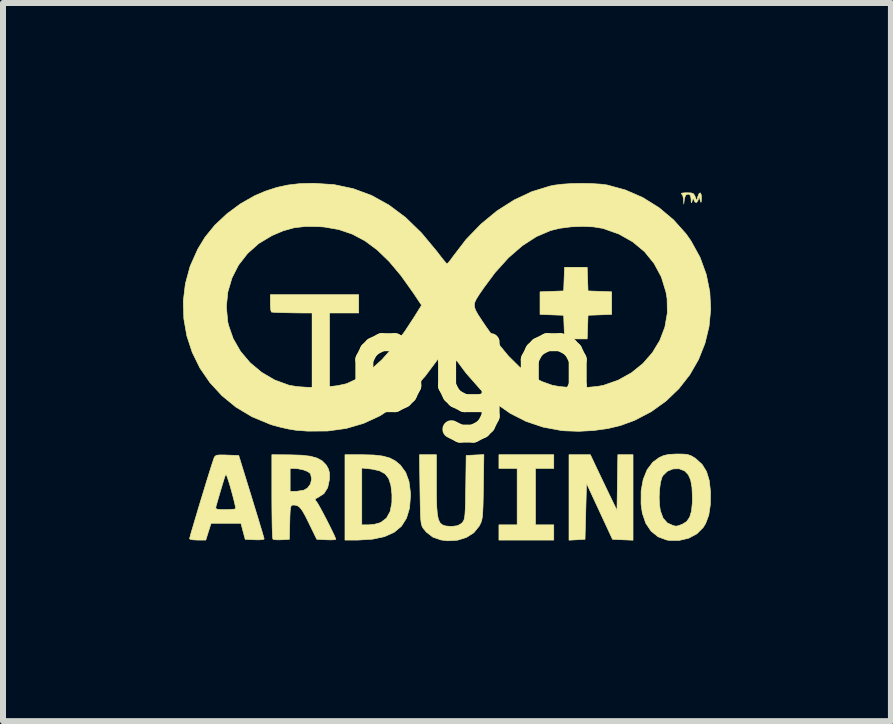
<source format=kicad_pcb>
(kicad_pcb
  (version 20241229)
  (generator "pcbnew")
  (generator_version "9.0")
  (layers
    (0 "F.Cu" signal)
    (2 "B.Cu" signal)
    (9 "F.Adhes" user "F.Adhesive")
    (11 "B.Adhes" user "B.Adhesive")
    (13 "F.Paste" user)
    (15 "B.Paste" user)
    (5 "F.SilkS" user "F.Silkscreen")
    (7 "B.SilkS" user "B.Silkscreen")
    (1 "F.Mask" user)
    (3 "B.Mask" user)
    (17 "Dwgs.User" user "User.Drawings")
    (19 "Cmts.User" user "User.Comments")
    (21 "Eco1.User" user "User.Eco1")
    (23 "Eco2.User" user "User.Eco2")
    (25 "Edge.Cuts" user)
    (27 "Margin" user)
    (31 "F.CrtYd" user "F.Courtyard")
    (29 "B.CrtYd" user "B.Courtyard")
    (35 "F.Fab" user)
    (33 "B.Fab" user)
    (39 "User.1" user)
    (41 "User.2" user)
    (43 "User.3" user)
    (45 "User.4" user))
  (footprint "logo"
    (layer "F.Cu")
    (at 4.402 2.98)
    (property "Reference" "logo" (at 0 0 0) (layer "F.SilkS") (effects (font (size 1.524 1.524) (thickness 0.3))))
    (attr through_hole)
    (fp_poly (pts (xy 1.778 1.778) (xy 1.473 1.778) (xy 1.473 2.718) (xy 1.778 2.718) (xy 1.778 2.972) (xy 0.864 2.972) (xy 0.864 2.718) (xy 1.168 2.718) (xy 1.168 1.778) (xy 0.864 1.778) (xy 0.864 1.549) (xy 1.778 1.549) (xy 1.778 1.778)) (stroke (width 0.01) (type solid)) (fill yes) (layer "F.SilkS"))
    (fp_poly (pts (xy -1.473 -0.813) (xy -2.193 -0.813) (xy -2.379 -0.813) (xy -2.549 -0.815) (xy -2.695 -0.818) (xy -2.811 -0.821) (xy -2.891 -0.825) (xy -2.928 -0.829) (xy -2.929 -0.83) (xy -2.939 -0.863) (xy -2.945 -0.929) (xy -2.946 -0.982) (xy -2.946 -1.118) (xy -1.473 -1.118) (xy -1.473 -0.813)) (stroke (width 0.01) (type solid)) (fill yes) (layer "F.SilkS"))
    (fp_poly (pts (xy 2.342 -1.378) (xy 2.349 -1.181) (xy 2.743 -1.166) (xy 2.743 -0.79) (xy 2.546 -0.782) (xy 2.349 -0.775) (xy 2.342 -0.578) (xy 2.335 -0.381) (xy 1.958 -0.381) (xy 1.943 -0.775) (xy 1.746 -0.782) (xy 1.549 -0.79) (xy 1.549 -1.166) (xy 1.943 -1.181) (xy 1.958 -1.575) (xy 2.335 -1.575) (xy 2.342 -1.378)) (stroke (width 0.01) (type solid)) (fill yes) (layer "F.SilkS"))
    (fp_poly (pts (xy 2.505 1.797) (xy 2.569 1.931) (xy 2.639 2.077) (xy 2.704 2.213) (xy 2.727 2.261) (xy 2.832 2.477) (xy 2.839 2.013) (xy 2.846 1.549) (xy 3.099 1.549) (xy 3.099 2.974) (xy 2.928 2.967) (xy 2.757 2.959) (xy 2.54 2.492) (xy 2.324 2.026) (xy 2.299 2.959) (xy 2.032 2.974) (xy 2.032 1.549) (xy 2.388 1.549) (xy 2.505 1.797)) (stroke (width 0.01) (type solid)) (fill yes) (layer "F.SilkS"))
    (fp_poly (pts (xy -1.225 1.554) (xy -1.077 1.571) (xy -0.96 1.602) (xy -0.866 1.65) (xy -0.785 1.717) (xy -0.779 1.722) (xy -0.69 1.844) (xy -0.635 1.995) (xy -0.611 2.179) (xy -0.61 2.238) (xy -0.626 2.439) (xy -0.676 2.606) (xy -0.76 2.74) (xy -0.882 2.842) (xy -1.042 2.914) (xy -1.243 2.957) (xy -1.485 2.972) (xy -1.503 2.972) (xy -1.702 2.972) (xy -1.702 2.718) (xy -1.422 2.718) (xy -1.306 2.718) (xy -1.212 2.709) (xy -1.123 2.685) (xy -1.104 2.677) (xy -1.01 2.606) (xy -0.949 2.495) (xy -0.92 2.346) (xy -0.919 2.213) (xy -0.937 2.057) (xy -0.974 1.944) (xy -1.036 1.866) (xy -1.129 1.816) (xy -1.259 1.788) (xy -1.289 1.785) (xy -1.422 1.771) (xy -1.422 2.718) (xy -1.702 2.718) (xy -1.702 1.549) (xy -1.414 1.549) (xy -1.225 1.554)) (stroke (width 0.01) (type solid)) (fill yes) (layer "F.SilkS"))
    (fp_poly (pts (xy 4.066 -2.815) (xy 4.106 -2.801) (xy 4.129 -2.767) (xy 4.135 -2.75) (xy 4.159 -2.68) (xy 4.178 -2.75) (xy 4.201 -2.806) (xy 4.223 -2.815) (xy 4.237 -2.778) (xy 4.239 -2.724) (xy 4.236 -2.668) (xy 4.231 -2.658) (xy 4.219 -2.691) (xy 4.219 -2.692) (xy 4.201 -2.756) (xy 4.185 -2.696) (xy 4.161 -2.657) (xy 4.132 -2.661) (xy 4.113 -2.703) (xy 4.112 -2.713) (xy 4.105 -2.728) (xy 4.09 -2.695) (xy 4.089 -2.692) (xy 4.076 -2.653) (xy 4.069 -2.658) (xy 4.067 -2.71) (xy 4.067 -2.711) (xy 4.057 -2.771) (xy 4.03 -2.793) (xy 4.015 -2.794) (xy 3.977 -2.779) (xy 3.958 -2.726) (xy 3.955 -2.711) (xy 3.945 -2.629) (xy 3.941 -2.709) (xy 3.929 -2.769) (xy 3.906 -2.802) (xy 3.905 -2.803) (xy 3.909 -2.81) (xy 3.952 -2.816) (xy 3.992 -2.817) (xy 4.066 -2.815)) (stroke (width 0.01) (type solid)) (fill yes) (layer "F.SilkS"))
    (fp_poly (pts (xy 0.605 2.088) (xy 0.602 2.268) (xy 0.599 2.404) (xy 0.594 2.506) (xy 0.588 2.58) (xy 0.579 2.634) (xy 0.566 2.676) (xy 0.548 2.714) (xy 0.533 2.742) (xy 0.445 2.85) (xy 0.322 2.928) (xy 0.174 2.974) (xy 0.01 2.984) (xy -0.102 2.97) (xy -0.237 2.923) (xy -0.346 2.839) (xy -0.392 2.784) (xy -0.409 2.759) (xy -0.422 2.728) (xy -0.432 2.686) (xy -0.439 2.625) (xy -0.444 2.538) (xy -0.447 2.419) (xy -0.45 2.261) (xy -0.452 2.132) (xy -0.46 1.549) (xy -0.178 1.549) (xy -0.178 2.059) (xy -0.177 2.263) (xy -0.172 2.422) (xy -0.162 2.542) (xy -0.145 2.627) (xy -0.117 2.685) (xy -0.077 2.719) (xy -0.023 2.737) (xy 0.047 2.743) (xy 0.087 2.743) (xy 0.176 2.732) (xy 0.239 2.695) (xy 0.249 2.685) (xy 0.267 2.663) (xy 0.281 2.637) (xy 0.291 2.598) (xy 0.298 2.542) (xy 0.303 2.459) (xy 0.307 2.343) (xy 0.309 2.187) (xy 0.311 2.094) (xy 0.318 1.562) (xy 0.465 1.554) (xy 0.613 1.547) (xy 0.605 2.088)) (stroke (width 0.01) (type solid)) (fill yes) (layer "F.SilkS"))
    (fp_poly (pts (xy 3.944 1.539) (xy 4.015 1.548) (xy 4.072 1.569) (xy 4.132 1.605) (xy 4.143 1.613) (xy 4.25 1.71) (xy 4.324 1.829) (xy 4.37 1.98) (xy 4.391 2.169) (xy 4.391 2.17) (xy 4.388 2.382) (xy 4.362 2.555) (xy 4.31 2.695) (xy 4.268 2.763) (xy 4.163 2.868) (xy 4.026 2.941) (xy 3.868 2.978) (xy 3.702 2.977) (xy 3.659 2.97) (xy 3.516 2.917) (xy 3.399 2.822) (xy 3.311 2.69) (xy 3.254 2.522) (xy 3.233 2.371) (xy 3.234 2.254) (xy 3.535 2.254) (xy 3.54 2.381) (xy 3.555 2.484) (xy 3.6 2.606) (xy 3.672 2.687) (xy 3.774 2.732) (xy 3.817 2.74) (xy 3.852 2.733) (xy 3.911 2.712) (xy 3.921 2.708) (xy 3.993 2.663) (xy 4.043 2.592) (xy 4.074 2.489) (xy 4.088 2.346) (xy 4.089 2.262) (xy 4.082 2.096) (xy 4.06 1.972) (xy 4.021 1.883) (xy 3.962 1.821) (xy 3.959 1.819) (xy 3.867 1.783) (xy 3.765 1.786) (xy 3.67 1.825) (xy 3.598 1.896) (xy 3.583 1.922) (xy 3.558 2.006) (xy 3.542 2.123) (xy 3.535 2.254) (xy 3.234 2.254) (xy 3.234 2.153) (xy 3.269 1.961) (xy 3.334 1.8) (xy 3.429 1.674) (xy 3.536 1.596) (xy 3.613 1.562) (xy 3.697 1.544) (xy 3.809 1.538) (xy 3.84 1.537) (xy 3.944 1.539)) (stroke (width 0.01) (type solid)) (fill yes) (layer "F.SilkS"))
    (fp_poly (pts (xy -3.717 1.553) (xy -3.667 1.555) (xy -3.473 1.562) (xy -3.261 2.248) (xy -3.207 2.426) (xy -3.157 2.588) (xy -3.115 2.728) (xy -3.081 2.84) (xy -3.059 2.917) (xy -3.049 2.953) (xy -3.049 2.954) (xy -3.071 2.963) (xy -3.131 2.968) (xy -3.207 2.967) (xy -3.365 2.959) (xy -3.401 2.826) (xy -3.436 2.692) (xy -3.934 2.692) (xy -3.978 2.832) (xy -4.022 2.972) (xy -4.158 2.972) (xy -4.233 2.968) (xy -4.282 2.958) (xy -4.293 2.949) (xy -4.285 2.919) (xy -4.266 2.848) (xy -4.235 2.744) (xy -4.197 2.615) (xy -4.153 2.468) (xy -4.146 2.443) (xy -3.855 2.443) (xy -3.834 2.457) (xy -3.781 2.463) (xy -3.703 2.464) (xy -3.617 2.462) (xy -3.553 2.457) (xy -3.526 2.451) (xy -3.527 2.423) (xy -3.54 2.359) (xy -3.562 2.271) (xy -3.589 2.17) (xy -3.617 2.069) (xy -3.645 1.979) (xy -3.668 1.912) (xy -3.683 1.881) (xy -3.685 1.88) (xy -3.692 1.887) (xy -3.704 1.915) (xy -3.721 1.967) (xy -3.746 2.049) (xy -3.781 2.166) (xy -3.827 2.324) (xy -3.854 2.419) (xy -3.855 2.443) (xy -4.146 2.443) (xy -4.106 2.312) (xy -4.058 2.155) (xy -4.012 2.003) (xy -3.969 1.865) (xy -3.932 1.748) (xy -3.904 1.661) (xy -3.887 1.611) (xy -3.885 1.605) (xy -3.869 1.576) (xy -3.844 1.559) (xy -3.797 1.553) (xy -3.717 1.553)) (stroke (width 0.01) (type solid)) (fill yes) (layer "F.SilkS"))
    (fp_poly (pts (xy -2.623 1.551) (xy -2.429 1.557) (xy -2.279 1.574) (xy -2.165 1.606) (xy -2.08 1.653) (xy -2.017 1.718) (xy -2.011 1.727) (xy -1.976 1.791) (xy -1.96 1.856) (xy -1.96 1.944) (xy -1.961 1.962) (xy -1.99 2.098) (xy -2.053 2.198) (xy -2.152 2.262) (xy -2.156 2.264) (xy -2.197 2.284) (xy -2.196 2.309) (xy -2.175 2.333) (xy -2.152 2.368) (xy -2.113 2.437) (xy -2.064 2.528) (xy -2.01 2.631) (xy -1.957 2.736) (xy -1.91 2.831) (xy -1.874 2.907) (xy -1.856 2.953) (xy -1.854 2.96) (xy -1.877 2.966) (xy -1.937 2.969) (xy -2.013 2.967) (xy -2.172 2.959) (xy -2.299 2.698) (xy -2.362 2.571) (xy -2.411 2.484) (xy -2.453 2.43) (xy -2.492 2.4) (xy -2.536 2.389) (xy -2.558 2.388) (xy -2.583 2.39) (xy -2.599 2.403) (xy -2.609 2.435) (xy -2.616 2.495) (xy -2.62 2.592) (xy -2.622 2.673) (xy -2.629 2.959) (xy -2.757 2.967) (xy -2.834 2.968) (xy -2.889 2.962) (xy -2.903 2.956) (xy -2.908 2.927) (xy -2.912 2.854) (xy -2.916 2.743) (xy -2.918 2.602) (xy -2.92 2.437) (xy -2.921 2.254) (xy -2.921 2.244) (xy -2.921 1.778) (xy -2.616 1.778) (xy -2.616 2.159) (xy -2.505 2.159) (xy -2.387 2.14) (xy -2.328 2.106) (xy -2.277 2.039) (xy -2.258 1.953) (xy -2.275 1.871) (xy -2.282 1.86) (xy -2.324 1.829) (xy -2.398 1.801) (xy -2.485 1.783) (xy -2.546 1.778) (xy -2.616 1.778) (xy -2.921 1.778) (xy -2.921 1.549) (xy -2.623 1.551)) (stroke (width 0.01) (type solid)) (fill yes) (layer "F.SilkS"))
    (fp_poly (pts (xy -2.224 -2.975) (xy -1.884 -2.953) (xy -1.563 -2.885) (xy -1.258 -2.772) (xy -0.969 -2.612) (xy -0.693 -2.406) (xy -0.429 -2.15) (xy -0.176 -1.846) (xy -0.172 -1.841) (xy -0.106 -1.755) (xy -0.051 -1.686) (xy -0.014 -1.643) (xy -0.003 -1.633) (xy 0.018 -1.649) (xy 0.058 -1.697) (xy 0.098 -1.753) (xy 0.318 -2.04) (xy 0.565 -2.295) (xy 0.833 -2.516) (xy 1.118 -2.697) (xy 1.414 -2.836) (xy 1.716 -2.929) (xy 1.798 -2.945) (xy 1.919 -2.96) (xy 2.072 -2.97) (xy 2.24 -2.973) (xy 2.407 -2.97) (xy 2.556 -2.961) (xy 2.667 -2.947) (xy 2.971 -2.864) (xy 3.262 -2.737) (xy 3.532 -2.569) (xy 3.775 -2.365) (xy 3.984 -2.131) (xy 4.064 -2.017) (xy 4.216 -1.741) (xy 4.32 -1.456) (xy 4.379 -1.166) (xy 4.394 -0.874) (xy 4.366 -0.586) (xy 4.298 -0.306) (xy 4.191 -0.037) (xy 4.046 0.215) (xy 3.865 0.447) (xy 3.65 0.654) (xy 3.402 0.832) (xy 3.124 0.977) (xy 2.889 1.063) (xy 2.679 1.113) (xy 2.44 1.146) (xy 2.195 1.159) (xy 1.962 1.151) (xy 1.901 1.145) (xy 1.6 1.089) (xy 1.317 0.994) (xy 1.051 0.859) (xy 0.798 0.681) (xy 0.554 0.459) (xy 0.317 0.189) (xy 0.137 -0.052) (xy -0.005 -0.255) (xy -0.13 -0.074) (xy -0.366 0.241) (xy -0.607 0.508) (xy -0.856 0.726) (xy -1.116 0.899) (xy -1.39 1.026) (xy -1.681 1.111) (xy -1.991 1.154) (xy -2.325 1.156) (xy -2.52 1.141) (xy -2.637 1.122) (xy -2.776 1.091) (xy -2.913 1.054) (xy -2.951 1.041) (xy -3.25 0.917) (xy -3.518 0.757) (xy -3.753 0.565) (xy -3.954 0.346) (xy -4.12 0.104) (xy -4.248 -0.157) (xy -4.338 -0.432) (xy -4.388 -0.718) (xy -4.394 -0.918) (xy -3.679 -0.918) (xy -3.656 -0.667) (xy -3.644 -0.612) (xy -3.565 -0.385) (xy -3.443 -0.173) (xy -3.283 0.016) (xy -3.091 0.176) (xy -2.875 0.303) (xy -2.64 0.389) (xy -2.625 0.393) (xy -2.497 0.414) (xy -2.338 0.425) (xy -2.164 0.426) (xy -1.99 0.417) (xy -1.831 0.399) (xy -1.702 0.372) (xy -1.665 0.361) (xy -1.469 0.269) (xy -1.278 0.139) (xy -1.088 -0.033) (xy -0.897 -0.248) (xy -0.703 -0.509) (xy -0.546 -0.749) (xy -0.435 -0.927) (xy 0.454 -0.927) (xy 0.472 -0.864) (xy 0.515 -0.787) (xy 0.583 -0.683) (xy 0.648 -0.587) (xy 0.84 -0.316) (xy 1.025 -0.093) (xy 1.207 0.087) (xy 1.39 0.227) (xy 1.576 0.328) (xy 1.755 0.392) (xy 1.873 0.413) (xy 2.023 0.426) (xy 2.19 0.43) (xy 2.356 0.425) (xy 2.505 0.411) (xy 2.605 0.393) (xy 2.851 0.307) (xy 3.072 0.184) (xy 3.264 0.029) (xy 3.423 -0.153) (xy 3.546 -0.357) (xy 3.63 -0.578) (xy 3.671 -0.812) (xy 3.667 -1.052) (xy 3.648 -1.163) (xy 3.571 -1.414) (xy 3.45 -1.639) (xy 3.291 -1.835) (xy 3.094 -1.999) (xy 2.864 -2.129) (xy 2.603 -2.221) (xy 2.591 -2.224) (xy 2.438 -2.249) (xy 2.256 -2.257) (xy 2.064 -2.249) (xy 1.879 -2.225) (xy 1.727 -2.188) (xy 1.488 -2.086) (xy 1.253 -1.934) (xy 1.023 -1.734) (xy 0.8 -1.487) (xy 0.613 -1.235) (xy 0.539 -1.128) (xy 0.488 -1.048) (xy 0.459 -0.985) (xy 0.454 -0.927) (xy -0.435 -0.927) (xy -0.425 -0.942) (xy -0.564 -1.15) (xy -0.767 -1.435) (xy -0.966 -1.672) (xy -1.166 -1.865) (xy -1.369 -2.016) (xy -1.581 -2.128) (xy -1.805 -2.204) (xy -2.045 -2.246) (xy -2.138 -2.253) (xy -2.356 -2.256) (xy -2.548 -2.234) (xy -2.731 -2.183) (xy -2.917 -2.104) (xy -3.138 -1.972) (xy -3.325 -1.806) (xy -3.476 -1.612) (xy -3.586 -1.396) (xy -3.655 -1.162) (xy -3.679 -0.918) (xy -4.394 -0.918) (xy -4.397 -1.009) (xy -4.362 -1.302) (xy -4.283 -1.592) (xy -4.157 -1.875) (xy -4.035 -2.076) (xy -3.872 -2.276) (xy -3.671 -2.465) (xy -3.444 -2.633) (xy -3.203 -2.77) (xy -3.031 -2.843) (xy -2.838 -2.906) (xy -2.653 -2.946) (xy -2.458 -2.969) (xy -2.233 -2.975) (xy -2.224 -2.975)) (stroke (width 0.01) (type solid)) (fill yes) (layer "F.SilkS")))
  (gr_rect
    (start -3 -3)
    (end 11.8 8.97)
    (stroke (width 0.1) (type default))
    (fill no)
    (layer "Edge.Cuts")))
</source>
